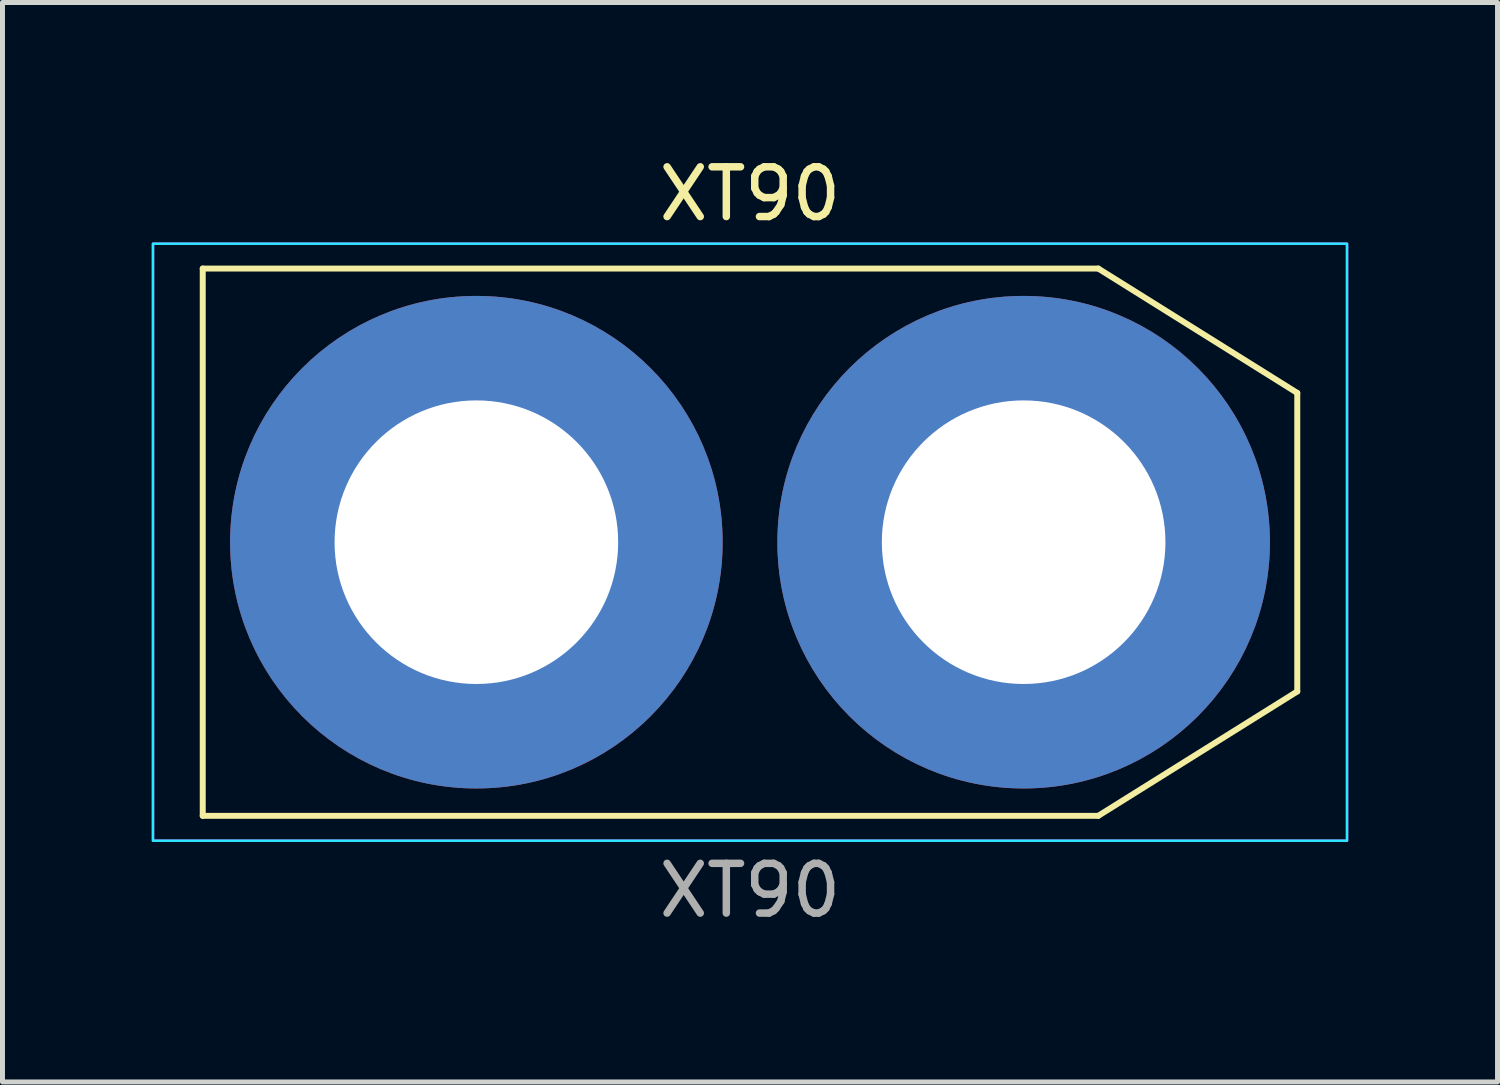
<source format=kicad_pcb>
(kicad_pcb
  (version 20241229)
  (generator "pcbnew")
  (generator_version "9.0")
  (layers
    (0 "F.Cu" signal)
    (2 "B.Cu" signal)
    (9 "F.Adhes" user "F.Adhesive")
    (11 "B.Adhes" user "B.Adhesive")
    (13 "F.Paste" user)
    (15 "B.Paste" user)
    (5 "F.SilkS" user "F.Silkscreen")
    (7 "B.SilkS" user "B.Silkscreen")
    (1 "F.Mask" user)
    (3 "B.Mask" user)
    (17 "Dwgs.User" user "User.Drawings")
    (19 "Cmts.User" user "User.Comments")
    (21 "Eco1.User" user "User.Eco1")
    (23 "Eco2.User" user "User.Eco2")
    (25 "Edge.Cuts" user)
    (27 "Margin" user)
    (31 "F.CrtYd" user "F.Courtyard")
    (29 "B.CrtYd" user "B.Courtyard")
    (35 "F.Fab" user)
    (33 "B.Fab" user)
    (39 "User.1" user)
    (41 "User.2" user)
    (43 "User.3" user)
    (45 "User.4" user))
  (footprint "XT90"
    (layer "F.Cu")
    (at 12.025 7.848)
    (property "Reference" "XT90" (at 0 -7 0) (unlocked yes) (layer "F.SilkS") (effects (font (size 1 1) (thickness 0.15))))
    (attr through_hole)
    (fp_line (start -11 -5.5) (end -11 5.5) (stroke (width 0.12) (type solid)) (layer "F.SilkS"))
    (fp_line (start -11 5.5) (end 7 5.5) (stroke (width 0.12) (type solid)) (layer "F.SilkS"))
    (fp_line (start 7 -5.5) (end -11 -5.5) (stroke (width 0.12) (type solid)) (layer "F.SilkS"))
    (fp_line (start 11 -3) (end 7 -5.5) (stroke (width 0.12) (type solid)) (layer "F.SilkS"))
    (fp_line (start 11 -3) (end 11 3) (stroke (width 0.12) (type solid)) (layer "F.SilkS"))
    (fp_line (start 11 3) (end 7 5.5) (stroke (width 0.12) (type solid)) (layer "F.SilkS"))
    (fp_rect (start -12 -6) (end 12 6) (stroke (width 0.05) (type solid)) (fill no) (layer "B.CrtYd"))
    (fp_rect (start -12 -6) (end 12 6) (stroke (width 0.05) (type solid)) (fill no) (layer "F.CrtYd"))
    (fp_text user "${REFERENCE}" (at 0 7 0) (unlocked yes) (layer "F.Fab") (effects (font (size 1 1) (thickness 0.15))))
    (pad "1" thru_hole circle (at -5.5 0) (size 9.9 9.9) (drill 5.7) (layers "*.Cu" "*.Mask"))
    (pad "2" thru_hole circle (at 5.5 0) (size 9.9 9.9) (drill 5.7) (layers "*.Cu" "*.Mask")))
  (gr_rect
    (start -3 -3)
    (end 27.05 18.697)
    (stroke (width 0.1) (type default))
    (fill no)
    (layer "Edge.Cuts")))
</source>
